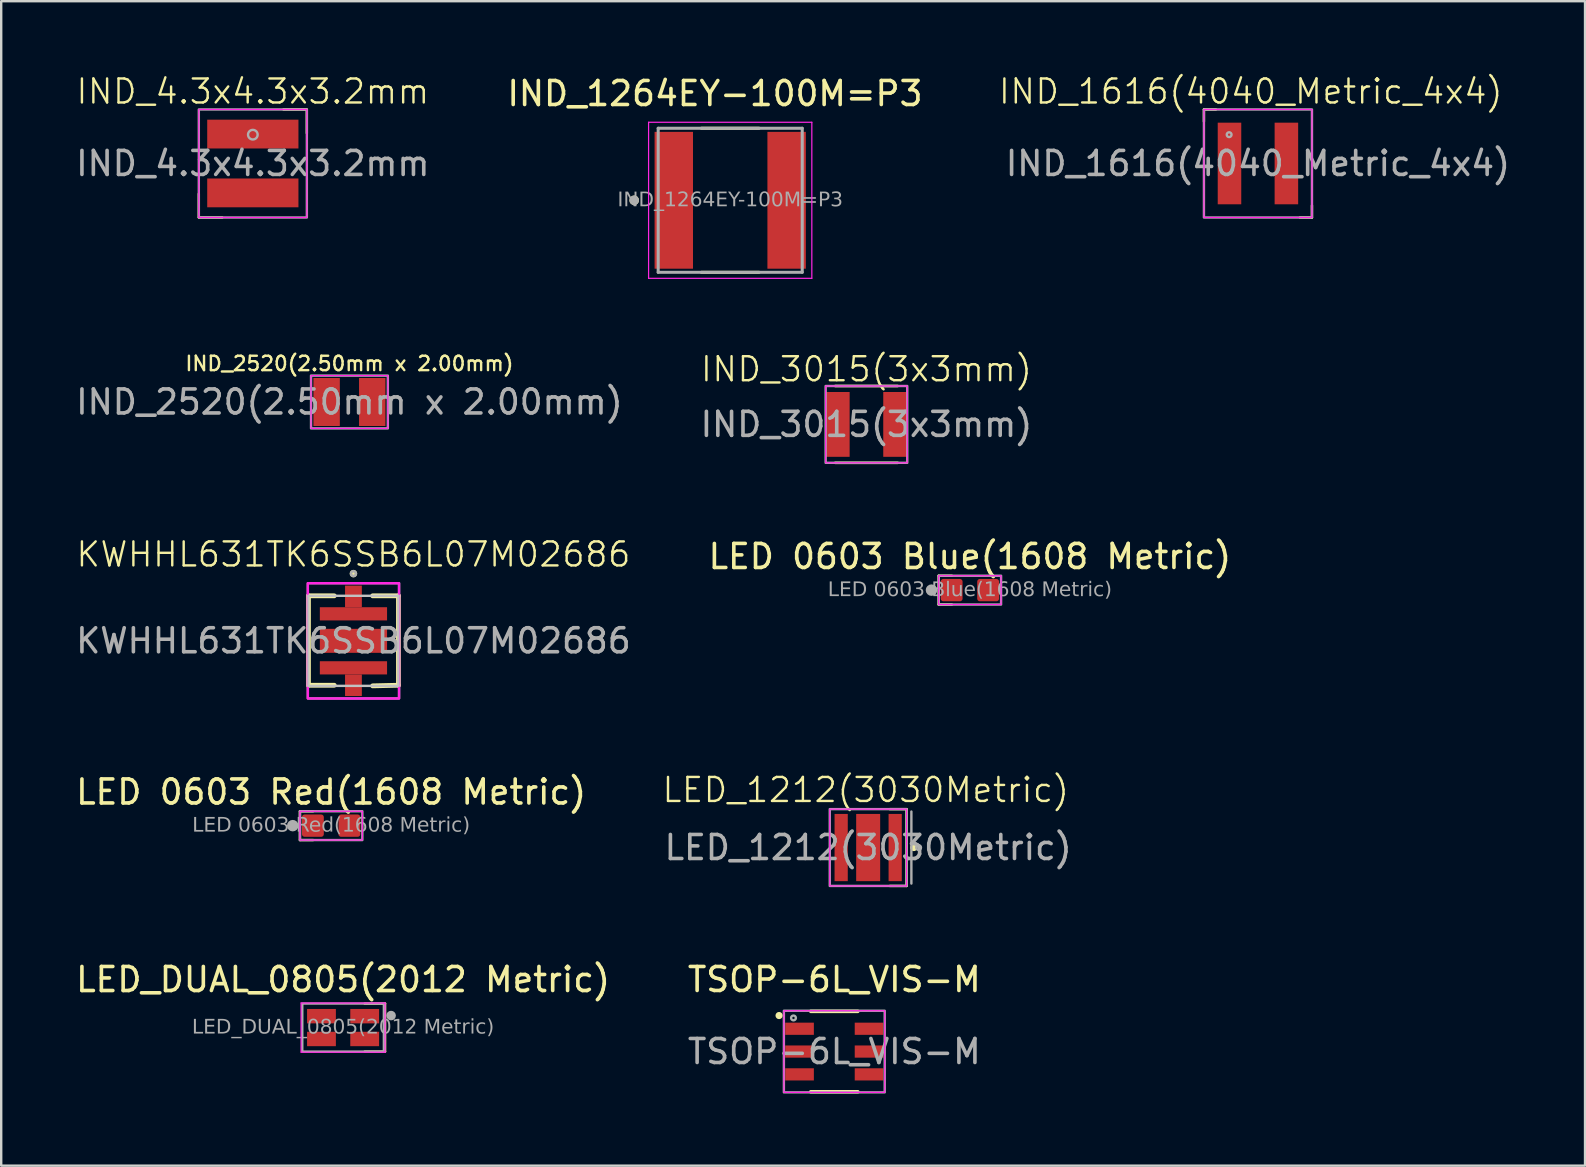
<source format=kicad_pcb>
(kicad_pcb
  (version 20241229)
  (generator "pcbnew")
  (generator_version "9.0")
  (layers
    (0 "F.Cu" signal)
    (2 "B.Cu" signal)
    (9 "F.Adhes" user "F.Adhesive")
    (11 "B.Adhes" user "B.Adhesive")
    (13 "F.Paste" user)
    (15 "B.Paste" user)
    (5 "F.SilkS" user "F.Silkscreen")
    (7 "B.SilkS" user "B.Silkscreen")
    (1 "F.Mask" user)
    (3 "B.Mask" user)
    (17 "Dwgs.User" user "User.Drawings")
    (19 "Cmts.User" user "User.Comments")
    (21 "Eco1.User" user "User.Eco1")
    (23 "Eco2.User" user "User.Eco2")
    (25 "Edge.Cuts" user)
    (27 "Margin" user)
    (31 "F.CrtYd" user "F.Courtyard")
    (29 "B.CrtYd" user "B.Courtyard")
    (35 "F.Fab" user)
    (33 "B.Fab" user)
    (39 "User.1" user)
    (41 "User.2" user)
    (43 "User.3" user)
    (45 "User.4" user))
  (footprint "IND_1264EY-100M=P3"
    (layer "F.Cu")
    (at 27.367 5.293)
    (property "Reference" "IND_1264EY-100M=P3" (at -0.635 -4.445 0) (layer "F.SilkS") (effects (font (size 1 1) (thickness 0.15))))
    (attr smd)
    (fp_line (start -1.2 -3) (end 1.2 -3) (stroke (width 0.127) (type solid)) (layer "F.SilkS"))
    (fp_line (start -1.2 3) (end 1.2 3) (stroke (width 0.127) (type solid)) (layer "F.SilkS"))
    (fp_circle (center -4 0) (end -3.9 0) (stroke (width 0.2) (type solid)) (fill no) (layer "F.SilkS"))
    (fp_line (start -3.4 -3.25) (end 3.4 -3.25) (stroke (width 0.05) (type solid)) (layer "F.CrtYd"))
    (fp_line (start -3.4 3.25) (end -3.4 -3.25) (stroke (width 0.05) (type solid)) (layer "F.CrtYd"))
    (fp_line (start 3.4 -3.25) (end 3.4 3.25) (stroke (width 0.05) (type solid)) (layer "F.CrtYd"))
    (fp_line (start 3.4 3.25) (end -3.4 3.25) (stroke (width 0.05) (type solid)) (layer "F.CrtYd"))
    (fp_line (start -3 -3) (end 3 -3) (stroke (width 0.127) (type solid)) (layer "F.Fab"))
    (fp_line (start -3 3) (end -3 -3) (stroke (width 0.127) (type solid)) (layer "F.Fab"))
    (fp_line (start 3 -3) (end 3 3) (stroke (width 0.127) (type solid)) (layer "F.Fab"))
    (fp_line (start 3 3) (end -3 3) (stroke (width 0.127) (type solid)) (layer "F.Fab"))
    (fp_circle (center -4 0) (end -3.9 0) (stroke (width 0.2) (type solid)) (fill no) (layer "F.Fab"))
    (fp_text user "${REFERENCE}" (at 0 0 0) (unlocked yes) (layer "F.Fab") (effects (font (face "Arial") (size 0.6 0.6) (thickness 0.125))))
    (pad "1" smd rect (at -2.35 0 90) (size 5.7 1.6) (layers "F.Cu" "F.Mask" "F.Paste"))
    (pad "2" smd rect (at 2.35 0 90) (size 5.7 1.6) (layers "F.Cu" "F.Mask" "F.Paste")))
  (footprint "IND_4.3x4.3x3.2mm"
    (layer "F.Cu")
    (at 7.482 3.76)
    (property "Reference" "IND_4.3x4.3x3.2mm" (at 0 -3 0) (unlocked yes) (layer "F.SilkS") (effects (font (size 1 1) (thickness 0.1))))
    (attr smd)
    (fp_line (start -2.25 2.237) (end -2.25 1.262) (stroke (width 0.1) (type default)) (layer "F.SilkS"))
    (fp_line (start -1.275 2.25) (end -2.25 2.25) (stroke (width 0.1) (type default)) (layer "F.SilkS"))
    (fp_line (start 1.275 -2.25) (end 2.25 -2.25) (stroke (width 0.1) (type default)) (layer "F.SilkS"))
    (fp_line (start 2.25 -2.237) (end 2.25 -1.262) (stroke (width 0.1) (type default)) (layer "F.SilkS"))
    (fp_rect (start -2.25 -2.25) (end 2.25 2.25) (stroke (width 0.05) (type default)) (fill no) (layer "F.CrtYd"))
    (fp_rect (start -2.25 -2.25) (end 2.25 2.25) (stroke (width 0.1) (type default)) (fill no) (layer "F.Fab"))
    (fp_circle (center 0 -1.2) (end -0.2 -1.2) (stroke (width 0.1) (type default)) (fill no) (layer "F.Fab"))
    (fp_text user "${REFERENCE}" (at 0 0 0) (unlocked yes) (layer "F.Fab") (effects (font (size 1 1) (thickness 0.15))))
    (pad "1" smd rect (at 0 -1.225) (size 3.8 1.2) (layers "F.Cu" "F.Mask" "F.Paste"))
    (pad "2" smd rect (at 0 1.225) (size 3.8 1.2) (layers "F.Cu" "F.Mask" "F.Paste")))
  (footprint "IND_1616(4040_Metric_4x4)"
    (layer "F.Cu")
    (at 49.35 3.76)
    (property "Reference" "IND_1616(4040_Metric_4x4)" (at -0.3 -3 0) (unlocked yes) (layer "F.SilkS") (effects (font (size 1 1) (thickness 0.1))))
    (attr smd)
    (fp_line (start -2.25 -2.25) (end -2.25 -1.75) (stroke (width 0.1) (type default)) (layer "F.SilkS"))
    (fp_line (start -1.75 -2.25) (end -2.25 -2.25) (stroke (width 0.1) (type default)) (layer "F.SilkS"))
    (fp_line (start 1.75 2.25) (end 2.25 2.25) (stroke (width 0.1) (type default)) (layer "F.SilkS"))
    (fp_line (start 2.25 2.25) (end 2.25 1.75) (stroke (width 0.1) (type default)) (layer "F.SilkS"))
    (fp_rect (start -2.25 -2.25) (end 2.25 2.25) (stroke (width 0.05) (type default)) (fill no) (layer "F.CrtYd"))
    (fp_rect (start -2.25 -2.25) (end 2.25 2.25) (stroke (width 0.1) (type default)) (fill no) (layer "F.Fab"))
    (fp_circle (center -1.2 -1.2) (end -1.1 -1.2) (stroke (width 0.1) (type solid)) (fill no) (layer "F.Fab"))
    (fp_text user "${REFERENCE}" (at 0 0 0) (unlocked yes) (layer "F.Fab") (effects (font (size 1 1) (thickness 0.15))))
    (pad "1" smd rect (at -1.185 0 180) (size 0.98 3.4) (layers "F.Cu" "F.Mask" "F.Paste"))
    (pad "2" smd rect (at 1.185 0 180) (size 0.98 3.4) (layers "F.Cu" "F.Mask" "F.Paste")))
  (footprint "IND_2520(2.50mm x 2.00mm)"
    (layer "F.Cu")
    (at 11.506 13.695)
    (property "Reference" "IND_2520(2.50mm x 2.00mm)" (at 0 -1.6 0) (unlocked yes) (layer "F.SilkS") (effects (font (size 0.6 0.6) (thickness 0.1))))
    (attr smd)
    (fp_rect (start -1.6 -1.1) (end 1.6 1.1) (stroke (width 0.05) (type default)) (fill no) (layer "F.CrtYd"))
    (fp_rect (start -1.6 -1.1) (end 1.6 1.1) (stroke (width 0.1) (type default)) (fill no) (layer "F.Fab"))
    (fp_text user "${REFERENCE}" (at 0 0 0) (unlocked yes) (layer "F.Fab") (effects (font (size 1 1) (thickness 0.15))))
    (pad "1" smd rect (at -0.95 0 180) (size 1.1 2) (layers "F.Cu" "F.Mask" "F.Paste"))
    (pad "2" smd rect (at 0.95 0 180) (size 1.1 2) (layers "F.Cu" "F.Mask" "F.Paste")))
  (footprint "LED_DUAL_0805(2012 Metric)"
    (layer "F.Cu")
    (at 11.241 39.754)
    (property "Reference" "LED_DUAL_0805(2012 Metric)" (at 0 -2 0) (layer "F.SilkS") (effects (font (size 1.002 1.002) (thickness 0.15))))
    (attr smd)
    (fp_line (start 0.9 -1) (end 1.75 -1) (stroke (width 0.1) (type default)) (layer "F.SilkS"))
    (fp_line (start 1.75 -1) (end 1.75 1) (stroke (width 0.1) (type default)) (layer "F.SilkS"))
    (fp_line (start 1.75 1) (end 0.9 1) (stroke (width 0.1) (type default)) (layer "F.SilkS"))
    (fp_line (start -1.75 -1.025) (end 1.75 -1.025) (stroke (width 0.05) (type solid)) (layer "F.CrtYd"))
    (fp_line (start -1.75 1.025) (end -1.75 -1.025) (stroke (width 0.05) (type solid)) (layer "F.CrtYd"))
    (fp_line (start 1.75 -1.025) (end 1.75 1.025) (stroke (width 0.05) (type solid)) (layer "F.CrtYd"))
    (fp_line (start 1.75 1.025) (end -1.75 1.025) (stroke (width 0.05) (type solid)) (layer "F.CrtYd"))
    (fp_rect (start -1.7 -1) (end 1.7 1) (stroke (width 0.1) (type default)) (fill no) (layer "F.Fab"))
    (fp_circle (center 2 -0.5) (end 2.1 -0.5) (stroke (width 0.2) (type solid)) (fill no) (layer "F.Fab"))
    (fp_text user "${REFERENCE}" (at 0 0 0) (unlocked yes) (layer "F.Fab") (effects (font (face "Arial") (size 0.6 0.6) (thickness 0.125))))
    (pad "1" smd rect (at -0.9 0.475 270) (size 0.6 1.2) (layers "F.Cu" "F.Mask" "F.Paste"))
    (pad "2" smd rect (at 0.9 0.475 270) (size 0.6 1.2) (layers "F.Cu" "F.Mask" "F.Paste"))
    (pad "3" smd rect (at 0.9 -0.475 270) (size 0.6 1.2) (layers "F.Cu" "F.Mask" "F.Paste"))
    (pad "4" smd rect (at -0.9 -0.475 270) (size 0.6 1.2) (layers "F.Cu" "F.Mask" "F.Paste")))
  (footprint "KWHHL631TK6SSB6L07M02686"
    (layer "F.Cu")
    (at 11.673 23.644)
    (property "Reference" "KWHHL631TK6SSB6L07M02686" (at 0 -3.6 0) (layer "F.SilkS") (effects (font (size 1 1) (thickness 0.1))))
    (attr smd)
    (fp_line (start -1.875 -1.875) (end -1.875 1.85) (stroke (width 0.2) (type solid)) (layer "F.SilkS"))
    (fp_line (start -1.875 1.85) (end -0.8 1.85) (stroke (width 0.2) (type solid)) (layer "F.SilkS"))
    (fp_line (start -0.8 -1.875) (end -1.875 -1.875) (stroke (width 0.2) (type solid)) (layer "F.SilkS"))
    (fp_line (start 0.8 -1.875) (end 1.875 -1.875) (stroke (width 0.2) (type solid)) (layer "F.SilkS"))
    (fp_line (start 1.875 -1.875) (end 1.875 1.85) (stroke (width 0.2) (type solid)) (layer "F.SilkS"))
    (fp_line (start 1.875 1.85) (end 0.8 1.875) (stroke (width 0.2) (type solid)) (layer "F.SilkS"))
    (fp_circle (center 0 -2.8) (end -0.1 -2.8) (stroke (width 0.11) (type default)) (fill yes) (layer "F.SilkS"))
    (fp_line (start -1.875 -1.875) (end -1.875 1.875) (stroke (width 0.1) (type solid)) (layer "Dwgs.User"))
    (fp_line (start -1.875 1.875) (end 1.875 1.875) (stroke (width 0.1) (type solid)) (layer "Dwgs.User"))
    (fp_line (start 1.875 -1.875) (end -1.875 -1.875) (stroke (width 0.1) (type solid)) (layer "Dwgs.User"))
    (fp_line (start 1.875 1.875) (end 1.875 -1.875) (stroke (width 0.1) (type solid)) (layer "Dwgs.User"))
    (fp_rect (start -1.9 -2.4) (end 1.9 2.4) (stroke (width 0.1) (type default)) (fill no) (layer "F.CrtYd"))
    (fp_rect (start -1.9 -2.4) (end 1.9 2.4) (stroke (width 0.1) (type default)) (fill no) (layer "F.Fab"))
    (fp_circle (center 0 -2.8) (end -0.1 -2.8) (stroke (width 0.11) (type default)) (fill no) (layer "F.Fab"))
    (fp_text user "${REFERENCE}" (at 0 0 0) (unlocked yes) (layer "F.Fab") (effects (font (size 1 1) (thickness 0.15))))
    (pad "A" smd rect (at 0 1.125 90) (size 0.55 2.8) (layers "F.Cu" "F.Mask" "F.Paste"))
    (pad "A" smd rect (at 0 1.85) (size 0.7 0.9) (layers "F.Cu" "F.Mask" "F.Paste"))
    (pad "C" smd rect (at 0 -1.85) (size 0.7 0.9) (layers "F.Cu" "F.Mask" "F.Paste"))
    (pad "C" smd rect (at 0 -1.125 90) (size 0.55 2.8) (layers "F.Cu" "F.Mask" "F.Paste"))
    (pad "C" smd rect (at 0 0 90) (size 1 2.8) (layers "F.Cu" "F.Mask" "F.Paste")))
  (footprint "LED 0603 Blue(1608 Metric)"
    (layer "F.Cu")
    (at 37.351 21.532)
    (property "Reference" "LED 0603 Blue(1608 Metric)" (at 0 -1.4 0) (layer "F.SilkS") (effects (font (size 1 1) (thickness 0.15))))
    (attr smd)
    (fp_line (start -1.3 -0.6) (end -1.3 0.6) (stroke (width 0.1) (type default)) (layer "F.SilkS"))
    (fp_line (start -1.3 0.6) (end -0.75 0.6) (stroke (width 0.1) (type default)) (layer "F.SilkS"))
    (fp_line (start -0.75 -0.6) (end -1.3 -0.6) (stroke (width 0.1) (type default)) (layer "F.SilkS"))
    (fp_rect (start -1.3 -0.6) (end 1.3 0.6) (stroke (width 0.05) (type default)) (fill no) (layer "F.CrtYd"))
    (fp_rect (start -1.3 -0.6) (end 1.3 0.6) (stroke (width 0.1) (type default)) (fill no) (layer "F.Fab"))
    (fp_circle (center -1.6 0) (end -1.48 0) (stroke (width 0.24) (type solid)) (fill no) (layer "F.Fab"))
    (fp_text user "${REFERENCE}" (at 0 0 0) (unlocked yes) (layer "F.Fab") (effects (font (face "Arial") (size 0.6 0.6) (thickness 0.125))))
    (pad "A" smd roundrect (at 0.76 0) (size 0.91 0.93) (layers "F.Cu" "F.Mask" "F.Paste") (roundrect_rratio 0.12))
    (pad "C" smd roundrect (at -0.76 0) (size 0.91 0.93) (layers "F.Cu" "F.Mask" "F.Paste") (roundrect_rratio 0.12)))
  (footprint "IND_3015(3x3mm)"
    (layer "F.Cu")
    (at 33.042 14.629)
    (property "Reference" "IND_3015(3x3mm)" (at 0 -2.3 0) (unlocked yes) (layer "F.SilkS") (effects (font (size 1 1) (thickness 0.1))))
    (attr smd)
    (fp_line (start 1.3 -1.6) (end -1.3 -1.6) (stroke (width 0.11) (type default)) (layer "F.SilkS"))
    (fp_line (start 1.3 1.6) (end -1.3 1.6) (stroke (width 0.11) (type default)) (layer "F.SilkS"))
    (fp_rect (start -1.7 -1.6) (end 1.7 1.6) (stroke (width 0.05) (type default)) (fill no) (layer "F.CrtYd"))
    (fp_rect (start -1.7 -1.6) (end 1.7 1.6) (stroke (width 0.1) (type default)) (fill no) (layer "F.Fab"))
    (fp_text user "${REFERENCE}" (at 0 0 0) (unlocked yes) (layer "F.Fab") (effects (font (size 1 1) (thickness 0.15))))
    (pad "1" smd rect (at -1.2 0) (size 1 2.7) (layers "F.Cu" "F.Mask" "F.Paste"))
    (pad "2" smd rect (at 1.2 0) (size 1 2.7) (layers "F.Cu" "F.Mask" "F.Paste")))
  (footprint "TSOP-6L_VIS-M"
    (layer "F.Cu")
    (at 31.703 40.753)
    (property "Reference" "TSOP-6L_VIS-M" (at 0 -3 0) (unlocked yes) (layer "F.SilkS") (effects (font (size 1 1) (thickness 0.15))))
    (attr smd)
    (fp_line (start -0.978 1.676) (end 0.978 1.676) (stroke (width 0.152) (type solid)) (layer "F.SilkS"))
    (fp_line (start 0.978 -1.676) (end -0.978 -1.676) (stroke (width 0.152) (type solid)) (layer "F.SilkS"))
    (fp_circle (center -2.3 -1.5) (end -2.2 -1.5) (stroke (width 0.1) (type solid)) (fill yes) (layer "F.SilkS"))
    (fp_rect (start -2.1 -1.7) (end 2.1 1.7) (stroke (width 0.05) (type default)) (fill no) (layer "F.CrtYd"))
    (fp_rect (start -2.1 -1.7) (end 2.1 1.7) (stroke (width 0.1) (type default)) (fill no) (layer "F.Fab"))
    (fp_circle (center -1.7 -1.4) (end -1.6 -1.4) (stroke (width 0.1) (type solid)) (fill no) (layer "F.Fab"))
    (fp_text user "${REFERENCE}" (at 0 0 0) (unlocked yes) (layer "F.Fab") (effects (font (size 1 1) (thickness 0.15))))
    (pad "1" smd rect (at -1.448 -0.95) (size 1.194 0.508) (layers "F.Cu" "F.Mask" "F.Paste"))
    (pad "2" smd rect (at -1.448 0) (size 1.194 0.508) (layers "F.Cu" "F.Mask" "F.Paste"))
    (pad "3" smd rect (at -1.448 0.95) (size 1.194 0.508) (layers "F.Cu" "F.Mask" "F.Paste"))
    (pad "4" smd rect (at 1.448 0.95) (size 1.194 0.508) (layers "F.Cu" "F.Mask" "F.Paste"))
    (pad "5" smd rect (at 1.448 0) (size 1.194 0.508) (layers "F.Cu" "F.Mask" "F.Paste"))
    (pad "6" smd rect (at 1.448 -0.95) (size 1.194 0.508) (layers "F.Cu" "F.Mask" "F.Paste")))
  (footprint "LED_1212(3030Metric)"
    (layer "F.Cu")
    (at 33.114 32.255)
    (property "Reference" "LED_1212(3030Metric)" (at -0.1 -2.4 0) (unlocked yes) (layer "F.SilkS") (effects (font (size 1 1) (thickness 0.1))))
    (attr smd)
    (fp_line (start 0.9 -1.6) (end 1.6 -1.6) (stroke (width 0.1) (type default)) (layer "F.SilkS"))
    (fp_line (start 1.6 -1.6) (end 1.6 1.6) (stroke (width 0.1) (type default)) (layer "F.SilkS"))
    (fp_line (start 1.6 1.6) (end 0.9 1.6) (stroke (width 0.1) (type default)) (layer "F.SilkS"))
    (fp_circle (center 1.9 0) (end 2 0) (stroke (width 0.1) (type solid)) (fill yes) (layer "F.SilkS"))
    (fp_rect (start -1.6 -1.6) (end 1.6 1.6) (stroke (width 0.05) (type default)) (fill no) (layer "F.CrtYd"))
    (fp_line (start 1.8 -1.5) (end 1.8 1.5) (stroke (width 0.1) (type default)) (layer "F.Fab"))
    (fp_rect (start -1.6 -1.6) (end 1.6 1.6) (stroke (width 0.1) (type default)) (fill no) (layer "F.Fab"))
    (fp_circle (center 2.1 0) (end 2.2 0) (stroke (width 0.1) (type solid)) (fill no) (layer "F.Fab"))
    (fp_text user "${REFERENCE}" (at 0 0 0) (unlocked yes) (layer "F.Fab") (effects (font (size 1 1) (thickness 0.15))))
    (pad "A" smd rect (at -1.125 0 90) (size 2.8 0.55) (layers "F.Cu" "F.Mask" "F.Paste"))
    (pad "C" smd rect (at 1.125 0 90) (size 2.8 0.55) (layers "F.Cu" "F.Mask" "F.Paste"))
    (pad "EP" smd rect (at 0 0 90) (size 2.8 1) (layers "F.Cu" "F.Mask" "F.Paste")))
  (footprint "LED 0603 Red(1608 Metric)"
    (layer "F.Cu")
    (at 10.744 31.343)
    (property "Reference" "LED 0603 Red(1608 Metric)" (at 0 -1.4 0) (layer "F.SilkS") (effects (font (size 1 1) (thickness 0.15))))
    (attr smd)
    (fp_line (start -1.3 -0.6) (end -1.3 0.6) (stroke (width 0.1) (type default)) (layer "F.SilkS"))
    (fp_line (start -1.3 0.6) (end -0.75 0.6) (stroke (width 0.1) (type default)) (layer "F.SilkS"))
    (fp_line (start -0.75 -0.6) (end -1.3 -0.6) (stroke (width 0.1) (type default)) (layer "F.SilkS"))
    (fp_rect (start -1.3 -0.6) (end 1.3 0.6) (stroke (width 0.05) (type default)) (fill no) (layer "F.CrtYd"))
    (fp_rect (start -1.3 -0.6) (end 1.3 0.6) (stroke (width 0.1) (type default)) (fill no) (layer "F.Fab"))
    (fp_circle (center -1.6 0) (end -1.48 0) (stroke (width 0.24) (type solid)) (fill no) (layer "F.Fab"))
    (fp_text user "${REFERENCE}" (at 0 0 0) (unlocked yes) (layer "F.Fab") (effects (font (face "Arial") (size 0.6 0.6) (thickness 0.125))))
    (pad "A" smd roundrect (at 0.76 0) (size 0.91 0.93) (layers "F.Cu" "F.Mask" "F.Paste") (roundrect_rratio 0.12))
    (pad "C" smd roundrect (at -0.76 0) (size 0.91 0.93) (layers "F.Cu" "F.Mask" "F.Paste") (roundrect_rratio 0.12)))
  (gr_rect
    (start -3 -3)
    (end 62.975 45.506)
    (stroke (width 0.1) (type default))
    (fill no)
    (layer "Edge.Cuts")))
</source>
